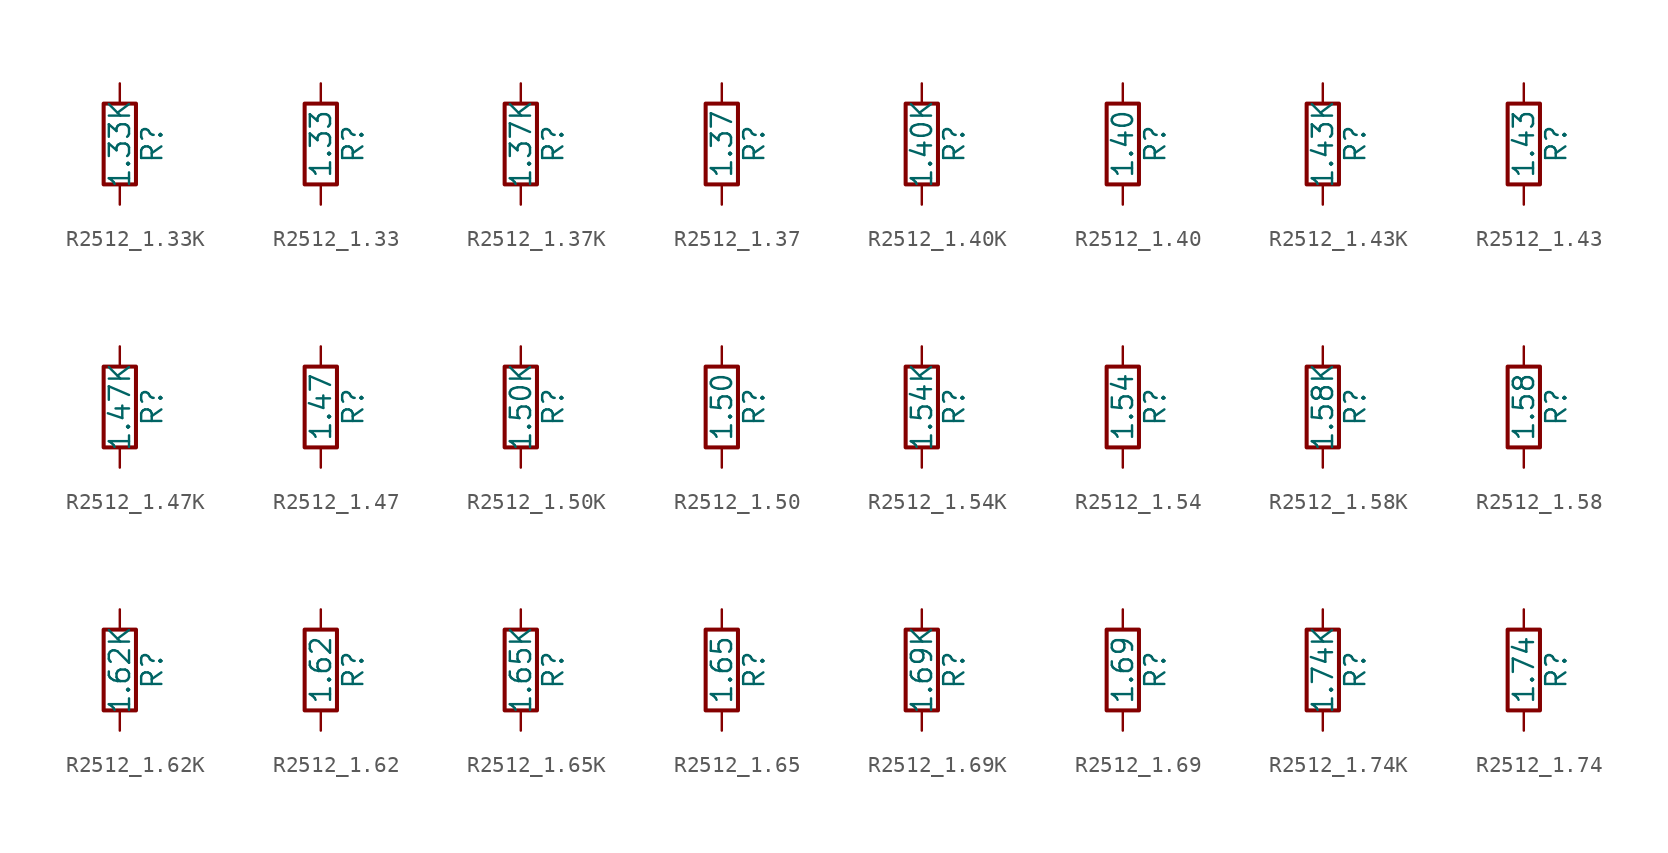
<source format=kicad_sym>
(kicad_symbol_lib
  (version 20211014)
  (generator atlantix-eda)
  (symbol "R2512_1.33K"
    (pin_numbers hide)
    (pin_names
      (offset 0))
    (property "Reference" "R"
      (at 2.032 0 90)
      (effects (font (size 1.27 1.27))))
    (property "Value" "1.33K"
      (at 0 0 90)
      (effects (font (size 1.27 1.27))))
    (symbol "R2512_1.33K_0_1"
      (rectangle (start -1.016 -2.54) (end 1.016 2.54) (stroke (width 0.254) (type default) (color 0 0 0 0)) (fill (type none))))
    (symbol "R2512_1.33K_1_1"
      (pin passive line (at 0 3.81 270) (length 1.27) (name "~" (effects (font (size 1.27 1.27)))) (number "1" (effects (font (size 1.27 1.27)))))
      (pin passive line (at 0 -3.81 90) (length 1.27) (name "~" (effects (font (size 1.27 1.27)))) (number "2" (effects (font (size 1.27 1.27)))))))
  (symbol "R2512_1.33"
    (pin_numbers hide)
    (pin_names
      (offset 0))
    (property "Reference" "R"
      (at 2.032 0 90)
      (effects (font (size 1.27 1.27))))
    (property "Value" "1.33"
      (at 0 0 90)
      (effects (font (size 1.27 1.27))))
    (symbol "R2512_1.33_0_1"
      (rectangle (start -1.016 -2.54) (end 1.016 2.54) (stroke (width 0.254) (type default) (color 0 0 0 0)) (fill (type none))))
    (symbol "R2512_1.33_1_1"
      (pin passive line (at 0 3.81 270) (length 1.27) (name "~" (effects (font (size 1.27 1.27)))) (number "1" (effects (font (size 1.27 1.27)))))
      (pin passive line (at 0 -3.81 90) (length 1.27) (name "~" (effects (font (size 1.27 1.27)))) (number "2" (effects (font (size 1.27 1.27)))))))
  (symbol "R2512_1.37K"
    (pin_numbers hide)
    (pin_names
      (offset 0))
    (property "Reference" "R"
      (at 2.032 0 90)
      (effects (font (size 1.27 1.27))))
    (property "Value" "1.37K"
      (at 0 0 90)
      (effects (font (size 1.27 1.27))))
    (symbol "R2512_1.37K_0_1"
      (rectangle (start -1.016 -2.54) (end 1.016 2.54) (stroke (width 0.254) (type default) (color 0 0 0 0)) (fill (type none))))
    (symbol "R2512_1.37K_1_1"
      (pin passive line (at 0 3.81 270) (length 1.27) (name "~" (effects (font (size 1.27 1.27)))) (number "1" (effects (font (size 1.27 1.27)))))
      (pin passive line (at 0 -3.81 90) (length 1.27) (name "~" (effects (font (size 1.27 1.27)))) (number "2" (effects (font (size 1.27 1.27)))))))
  (symbol "R2512_1.37"
    (pin_numbers hide)
    (pin_names
      (offset 0))
    (property "Reference" "R"
      (at 2.032 0 90)
      (effects (font (size 1.27 1.27))))
    (property "Value" "1.37"
      (at 0 0 90)
      (effects (font (size 1.27 1.27))))
    (symbol "R2512_1.37_0_1"
      (rectangle (start -1.016 -2.54) (end 1.016 2.54) (stroke (width 0.254) (type default) (color 0 0 0 0)) (fill (type none))))
    (symbol "R2512_1.37_1_1"
      (pin passive line (at 0 3.81 270) (length 1.27) (name "~" (effects (font (size 1.27 1.27)))) (number "1" (effects (font (size 1.27 1.27)))))
      (pin passive line (at 0 -3.81 90) (length 1.27) (name "~" (effects (font (size 1.27 1.27)))) (number "2" (effects (font (size 1.27 1.27)))))))
  (symbol "R2512_1.40K"
    (pin_numbers hide)
    (pin_names
      (offset 0))
    (property "Reference" "R"
      (at 2.032 0 90)
      (effects (font (size 1.27 1.27))))
    (property "Value" "1.40K"
      (at 0 0 90)
      (effects (font (size 1.27 1.27))))
    (symbol "R2512_1.40K_0_1"
      (rectangle (start -1.016 -2.54) (end 1.016 2.54) (stroke (width 0.254) (type default) (color 0 0 0 0)) (fill (type none))))
    (symbol "R2512_1.40K_1_1"
      (pin passive line (at 0 3.81 270) (length 1.27) (name "~" (effects (font (size 1.27 1.27)))) (number "1" (effects (font (size 1.27 1.27)))))
      (pin passive line (at 0 -3.81 90) (length 1.27) (name "~" (effects (font (size 1.27 1.27)))) (number "2" (effects (font (size 1.27 1.27)))))))
  (symbol "R2512_1.40"
    (pin_numbers hide)
    (pin_names
      (offset 0))
    (property "Reference" "R"
      (at 2.032 0 90)
      (effects (font (size 1.27 1.27))))
    (property "Value" "1.40"
      (at 0 0 90)
      (effects (font (size 1.27 1.27))))
    (symbol "R2512_1.40_0_1"
      (rectangle (start -1.016 -2.54) (end 1.016 2.54) (stroke (width 0.254) (type default) (color 0 0 0 0)) (fill (type none))))
    (symbol "R2512_1.40_1_1"
      (pin passive line (at 0 3.81 270) (length 1.27) (name "~" (effects (font (size 1.27 1.27)))) (number "1" (effects (font (size 1.27 1.27)))))
      (pin passive line (at 0 -3.81 90) (length 1.27) (name "~" (effects (font (size 1.27 1.27)))) (number "2" (effects (font (size 1.27 1.27)))))))
  (symbol "R2512_1.43K"
    (pin_numbers hide)
    (pin_names
      (offset 0))
    (property "Reference" "R"
      (at 2.032 0 90)
      (effects (font (size 1.27 1.27))))
    (property "Value" "1.43K"
      (at 0 0 90)
      (effects (font (size 1.27 1.27))))
    (symbol "R2512_1.43K_0_1"
      (rectangle (start -1.016 -2.54) (end 1.016 2.54) (stroke (width 0.254) (type default) (color 0 0 0 0)) (fill (type none))))
    (symbol "R2512_1.43K_1_1"
      (pin passive line (at 0 3.81 270) (length 1.27) (name "~" (effects (font (size 1.27 1.27)))) (number "1" (effects (font (size 1.27 1.27)))))
      (pin passive line (at 0 -3.81 90) (length 1.27) (name "~" (effects (font (size 1.27 1.27)))) (number "2" (effects (font (size 1.27 1.27)))))))
  (symbol "R2512_1.43"
    (pin_numbers hide)
    (pin_names
      (offset 0))
    (property "Reference" "R"
      (at 2.032 0 90)
      (effects (font (size 1.27 1.27))))
    (property "Value" "1.43"
      (at 0 0 90)
      (effects (font (size 1.27 1.27))))
    (symbol "R2512_1.43_0_1"
      (rectangle (start -1.016 -2.54) (end 1.016 2.54) (stroke (width 0.254) (type default) (color 0 0 0 0)) (fill (type none))))
    (symbol "R2512_1.43_1_1"
      (pin passive line (at 0 3.81 270) (length 1.27) (name "~" (effects (font (size 1.27 1.27)))) (number "1" (effects (font (size 1.27 1.27)))))
      (pin passive line (at 0 -3.81 90) (length 1.27) (name "~" (effects (font (size 1.27 1.27)))) (number "2" (effects (font (size 1.27 1.27)))))))
  (symbol "R2512_1.47K"
    (pin_numbers hide)
    (pin_names
      (offset 0))
    (property "Reference" "R"
      (at 2.032 0 90)
      (effects (font (size 1.27 1.27))))
    (property "Value" "1.47K"
      (at 0 0 90)
      (effects (font (size 1.27 1.27))))
    (symbol "R2512_1.47K_0_1"
      (rectangle (start -1.016 -2.54) (end 1.016 2.54) (stroke (width 0.254) (type default) (color 0 0 0 0)) (fill (type none))))
    (symbol "R2512_1.47K_1_1"
      (pin passive line (at 0 3.81 270) (length 1.27) (name "~" (effects (font (size 1.27 1.27)))) (number "1" (effects (font (size 1.27 1.27)))))
      (pin passive line (at 0 -3.81 90) (length 1.27) (name "~" (effects (font (size 1.27 1.27)))) (number "2" (effects (font (size 1.27 1.27)))))))
  (symbol "R2512_1.47"
    (pin_numbers hide)
    (pin_names
      (offset 0))
    (property "Reference" "R"
      (at 2.032 0 90)
      (effects (font (size 1.27 1.27))))
    (property "Value" "1.47"
      (at 0 0 90)
      (effects (font (size 1.27 1.27))))
    (symbol "R2512_1.47_0_1"
      (rectangle (start -1.016 -2.54) (end 1.016 2.54) (stroke (width 0.254) (type default) (color 0 0 0 0)) (fill (type none))))
    (symbol "R2512_1.47_1_1"
      (pin passive line (at 0 3.81 270) (length 1.27) (name "~" (effects (font (size 1.27 1.27)))) (number "1" (effects (font (size 1.27 1.27)))))
      (pin passive line (at 0 -3.81 90) (length 1.27) (name "~" (effects (font (size 1.27 1.27)))) (number "2" (effects (font (size 1.27 1.27)))))))
  (symbol "R2512_1.50K"
    (pin_numbers hide)
    (pin_names
      (offset 0))
    (property "Reference" "R"
      (at 2.032 0 90)
      (effects (font (size 1.27 1.27))))
    (property "Value" "1.50K"
      (at 0 0 90)
      (effects (font (size 1.27 1.27))))
    (symbol "R2512_1.50K_0_1"
      (rectangle (start -1.016 -2.54) (end 1.016 2.54) (stroke (width 0.254) (type default) (color 0 0 0 0)) (fill (type none))))
    (symbol "R2512_1.50K_1_1"
      (pin passive line (at 0 3.81 270) (length 1.27) (name "~" (effects (font (size 1.27 1.27)))) (number "1" (effects (font (size 1.27 1.27)))))
      (pin passive line (at 0 -3.81 90) (length 1.27) (name "~" (effects (font (size 1.27 1.27)))) (number "2" (effects (font (size 1.27 1.27)))))))
  (symbol "R2512_1.50"
    (pin_numbers hide)
    (pin_names
      (offset 0))
    (property "Reference" "R"
      (at 2.032 0 90)
      (effects (font (size 1.27 1.27))))
    (property "Value" "1.50"
      (at 0 0 90)
      (effects (font (size 1.27 1.27))))
    (symbol "R2512_1.50_0_1"
      (rectangle (start -1.016 -2.54) (end 1.016 2.54) (stroke (width 0.254) (type default) (color 0 0 0 0)) (fill (type none))))
    (symbol "R2512_1.50_1_1"
      (pin passive line (at 0 3.81 270) (length 1.27) (name "~" (effects (font (size 1.27 1.27)))) (number "1" (effects (font (size 1.27 1.27)))))
      (pin passive line (at 0 -3.81 90) (length 1.27) (name "~" (effects (font (size 1.27 1.27)))) (number "2" (effects (font (size 1.27 1.27)))))))
  (symbol "R2512_1.54K"
    (pin_numbers hide)
    (pin_names
      (offset 0))
    (property "Reference" "R"
      (at 2.032 0 90)
      (effects (font (size 1.27 1.27))))
    (property "Value" "1.54K"
      (at 0 0 90)
      (effects (font (size 1.27 1.27))))
    (symbol "R2512_1.54K_0_1"
      (rectangle (start -1.016 -2.54) (end 1.016 2.54) (stroke (width 0.254) (type default) (color 0 0 0 0)) (fill (type none))))
    (symbol "R2512_1.54K_1_1"
      (pin passive line (at 0 3.81 270) (length 1.27) (name "~" (effects (font (size 1.27 1.27)))) (number "1" (effects (font (size 1.27 1.27)))))
      (pin passive line (at 0 -3.81 90) (length 1.27) (name "~" (effects (font (size 1.27 1.27)))) (number "2" (effects (font (size 1.27 1.27)))))))
  (symbol "R2512_1.54"
    (pin_numbers hide)
    (pin_names
      (offset 0))
    (property "Reference" "R"
      (at 2.032 0 90)
      (effects (font (size 1.27 1.27))))
    (property "Value" "1.54"
      (at 0 0 90)
      (effects (font (size 1.27 1.27))))
    (symbol "R2512_1.54_0_1"
      (rectangle (start -1.016 -2.54) (end 1.016 2.54) (stroke (width 0.254) (type default) (color 0 0 0 0)) (fill (type none))))
    (symbol "R2512_1.54_1_1"
      (pin passive line (at 0 3.81 270) (length 1.27) (name "~" (effects (font (size 1.27 1.27)))) (number "1" (effects (font (size 1.27 1.27)))))
      (pin passive line (at 0 -3.81 90) (length 1.27) (name "~" (effects (font (size 1.27 1.27)))) (number "2" (effects (font (size 1.27 1.27)))))))
  (symbol "R2512_1.58K"
    (pin_numbers hide)
    (pin_names
      (offset 0))
    (property "Reference" "R"
      (at 2.032 0 90)
      (effects (font (size 1.27 1.27))))
    (property "Value" "1.58K"
      (at 0 0 90)
      (effects (font (size 1.27 1.27))))
    (symbol "R2512_1.58K_0_1"
      (rectangle (start -1.016 -2.54) (end 1.016 2.54) (stroke (width 0.254) (type default) (color 0 0 0 0)) (fill (type none))))
    (symbol "R2512_1.58K_1_1"
      (pin passive line (at 0 3.81 270) (length 1.27) (name "~" (effects (font (size 1.27 1.27)))) (number "1" (effects (font (size 1.27 1.27)))))
      (pin passive line (at 0 -3.81 90) (length 1.27) (name "~" (effects (font (size 1.27 1.27)))) (number "2" (effects (font (size 1.27 1.27)))))))
  (symbol "R2512_1.58"
    (pin_numbers hide)
    (pin_names
      (offset 0))
    (property "Reference" "R"
      (at 2.032 0 90)
      (effects (font (size 1.27 1.27))))
    (property "Value" "1.58"
      (at 0 0 90)
      (effects (font (size 1.27 1.27))))
    (symbol "R2512_1.58_0_1"
      (rectangle (start -1.016 -2.54) (end 1.016 2.54) (stroke (width 0.254) (type default) (color 0 0 0 0)) (fill (type none))))
    (symbol "R2512_1.58_1_1"
      (pin passive line (at 0 3.81 270) (length 1.27) (name "~" (effects (font (size 1.27 1.27)))) (number "1" (effects (font (size 1.27 1.27)))))
      (pin passive line (at 0 -3.81 90) (length 1.27) (name "~" (effects (font (size 1.27 1.27)))) (number "2" (effects (font (size 1.27 1.27)))))))
  (symbol "R2512_1.62K"
    (pin_numbers hide)
    (pin_names
      (offset 0))
    (property "Reference" "R"
      (at 2.032 0 90)
      (effects (font (size 1.27 1.27))))
    (property "Value" "1.62K"
      (at 0 0 90)
      (effects (font (size 1.27 1.27))))
    (symbol "R2512_1.62K_0_1"
      (rectangle (start -1.016 -2.54) (end 1.016 2.54) (stroke (width 0.254) (type default) (color 0 0 0 0)) (fill (type none))))
    (symbol "R2512_1.62K_1_1"
      (pin passive line (at 0 3.81 270) (length 1.27) (name "~" (effects (font (size 1.27 1.27)))) (number "1" (effects (font (size 1.27 1.27)))))
      (pin passive line (at 0 -3.81 90) (length 1.27) (name "~" (effects (font (size 1.27 1.27)))) (number "2" (effects (font (size 1.27 1.27)))))))
  (symbol "R2512_1.62"
    (pin_numbers hide)
    (pin_names
      (offset 0))
    (property "Reference" "R"
      (at 2.032 0 90)
      (effects (font (size 1.27 1.27))))
    (property "Value" "1.62"
      (at 0 0 90)
      (effects (font (size 1.27 1.27))))
    (symbol "R2512_1.62_0_1"
      (rectangle (start -1.016 -2.54) (end 1.016 2.54) (stroke (width 0.254) (type default) (color 0 0 0 0)) (fill (type none))))
    (symbol "R2512_1.62_1_1"
      (pin passive line (at 0 3.81 270) (length 1.27) (name "~" (effects (font (size 1.27 1.27)))) (number "1" (effects (font (size 1.27 1.27)))))
      (pin passive line (at 0 -3.81 90) (length 1.27) (name "~" (effects (font (size 1.27 1.27)))) (number "2" (effects (font (size 1.27 1.27)))))))
  (symbol "R2512_1.65K"
    (pin_numbers hide)
    (pin_names
      (offset 0))
    (property "Reference" "R"
      (at 2.032 0 90)
      (effects (font (size 1.27 1.27))))
    (property "Value" "1.65K"
      (at 0 0 90)
      (effects (font (size 1.27 1.27))))
    (symbol "R2512_1.65K_0_1"
      (rectangle (start -1.016 -2.54) (end 1.016 2.54) (stroke (width 0.254) (type default) (color 0 0 0 0)) (fill (type none))))
    (symbol "R2512_1.65K_1_1"
      (pin passive line (at 0 3.81 270) (length 1.27) (name "~" (effects (font (size 1.27 1.27)))) (number "1" (effects (font (size 1.27 1.27)))))
      (pin passive line (at 0 -3.81 90) (length 1.27) (name "~" (effects (font (size 1.27 1.27)))) (number "2" (effects (font (size 1.27 1.27)))))))
  (symbol "R2512_1.65"
    (pin_numbers hide)
    (pin_names
      (offset 0))
    (property "Reference" "R"
      (at 2.032 0 90)
      (effects (font (size 1.27 1.27))))
    (property "Value" "1.65"
      (at 0 0 90)
      (effects (font (size 1.27 1.27))))
    (symbol "R2512_1.65_0_1"
      (rectangle (start -1.016 -2.54) (end 1.016 2.54) (stroke (width 0.254) (type default) (color 0 0 0 0)) (fill (type none))))
    (symbol "R2512_1.65_1_1"
      (pin passive line (at 0 3.81 270) (length 1.27) (name "~" (effects (font (size 1.27 1.27)))) (number "1" (effects (font (size 1.27 1.27)))))
      (pin passive line (at 0 -3.81 90) (length 1.27) (name "~" (effects (font (size 1.27 1.27)))) (number "2" (effects (font (size 1.27 1.27)))))))
  (symbol "R2512_1.69K"
    (pin_numbers hide)
    (pin_names
      (offset 0))
    (property "Reference" "R"
      (at 2.032 0 90)
      (effects (font (size 1.27 1.27))))
    (property "Value" "1.69K"
      (at 0 0 90)
      (effects (font (size 1.27 1.27))))
    (symbol "R2512_1.69K_0_1"
      (rectangle (start -1.016 -2.54) (end 1.016 2.54) (stroke (width 0.254) (type default) (color 0 0 0 0)) (fill (type none))))
    (symbol "R2512_1.69K_1_1"
      (pin passive line (at 0 3.81 270) (length 1.27) (name "~" (effects (font (size 1.27 1.27)))) (number "1" (effects (font (size 1.27 1.27)))))
      (pin passive line (at 0 -3.81 90) (length 1.27) (name "~" (effects (font (size 1.27 1.27)))) (number "2" (effects (font (size 1.27 1.27)))))))
  (symbol "R2512_1.69"
    (pin_numbers hide)
    (pin_names
      (offset 0))
    (property "Reference" "R"
      (at 2.032 0 90)
      (effects (font (size 1.27 1.27))))
    (property "Value" "1.69"
      (at 0 0 90)
      (effects (font (size 1.27 1.27))))
    (symbol "R2512_1.69_0_1"
      (rectangle (start -1.016 -2.54) (end 1.016 2.54) (stroke (width 0.254) (type default) (color 0 0 0 0)) (fill (type none))))
    (symbol "R2512_1.69_1_1"
      (pin passive line (at 0 3.81 270) (length 1.27) (name "~" (effects (font (size 1.27 1.27)))) (number "1" (effects (font (size 1.27 1.27)))))
      (pin passive line (at 0 -3.81 90) (length 1.27) (name "~" (effects (font (size 1.27 1.27)))) (number "2" (effects (font (size 1.27 1.27)))))))
  (symbol "R2512_1.74K"
    (pin_numbers hide)
    (pin_names
      (offset 0))
    (property "Reference" "R"
      (at 2.032 0 90)
      (effects (font (size 1.27 1.27))))
    (property "Value" "1.74K"
      (at 0 0 90)
      (effects (font (size 1.27 1.27))))
    (symbol "R2512_1.74K_0_1"
      (rectangle (start -1.016 -2.54) (end 1.016 2.54) (stroke (width 0.254) (type default) (color 0 0 0 0)) (fill (type none))))
    (symbol "R2512_1.74K_1_1"
      (pin passive line (at 0 3.81 270) (length 1.27) (name "~" (effects (font (size 1.27 1.27)))) (number "1" (effects (font (size 1.27 1.27)))))
      (pin passive line (at 0 -3.81 90) (length 1.27) (name "~" (effects (font (size 1.27 1.27)))) (number "2" (effects (font (size 1.27 1.27)))))))
  (symbol "R2512_1.74"
    (pin_numbers hide)
    (pin_names
      (offset 0))
    (property "Reference" "R"
      (at 2.032 0 90)
      (effects (font (size 1.27 1.27))))
    (property "Value" "1.74"
      (at 0 0 90)
      (effects (font (size 1.27 1.27))))
    (symbol "R2512_1.74_0_1"
      (rectangle (start -1.016 -2.54) (end 1.016 2.54) (stroke (width 0.254) (type default) (color 0 0 0 0)) (fill (type none))))
    (symbol "R2512_1.74_1_1"
      (pin passive line (at 0 3.81 270) (length 1.27) (name "~" (effects (font (size 1.27 1.27)))) (number "1" (effects (font (size 1.27 1.27)))))
      (pin passive line (at 0 -3.81 90) (length 1.27) (name "~" (effects (font (size 1.27 1.27)))) (number "2" (effects (font (size 1.27 1.27))))))))
</source>
